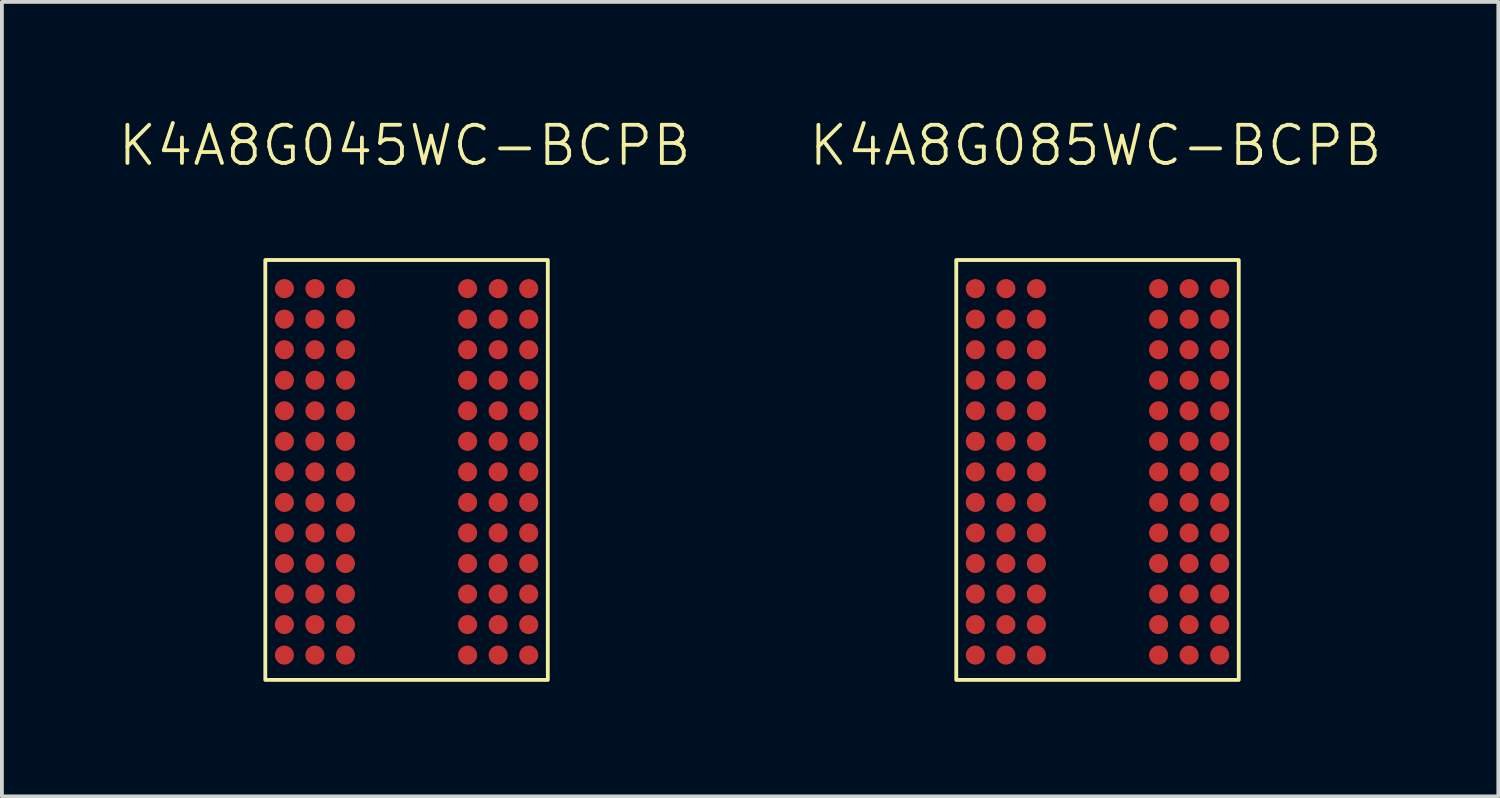
<source format=kicad_pcb>
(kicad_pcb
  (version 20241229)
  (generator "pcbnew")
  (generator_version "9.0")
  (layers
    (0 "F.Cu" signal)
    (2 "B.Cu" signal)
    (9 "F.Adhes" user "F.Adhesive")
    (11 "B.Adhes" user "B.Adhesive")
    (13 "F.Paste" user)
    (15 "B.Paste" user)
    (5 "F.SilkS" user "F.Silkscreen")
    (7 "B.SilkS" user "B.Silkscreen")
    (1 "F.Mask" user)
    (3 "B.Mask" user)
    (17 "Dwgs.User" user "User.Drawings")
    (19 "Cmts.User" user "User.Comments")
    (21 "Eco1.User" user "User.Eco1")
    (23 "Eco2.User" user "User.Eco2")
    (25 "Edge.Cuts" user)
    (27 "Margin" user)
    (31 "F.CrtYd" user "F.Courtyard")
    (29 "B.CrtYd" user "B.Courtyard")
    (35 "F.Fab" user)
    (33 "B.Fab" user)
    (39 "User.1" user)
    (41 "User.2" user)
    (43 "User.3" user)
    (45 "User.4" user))
  (footprint "K4A8G085WC-BCPB"
    (layer "F.Cu")
    (at 25.65 9.261)
    (property "Reference" "K4A8G085WC-BCPB" (at 0 -8.5 0) (unlocked yes) (layer "F.SilkS") (effects (font (size 1 1) (thickness 0.1))))
    (attr smd)
    (fp_rect (start -3.65 -5.5) (end 3.75 5.5) (stroke (width 0.1) (type default)) (fill no) (layer "F.SilkS"))
    (pad "A1" smd circle (at -3.15 -4.75) (size 0.5 0.5) (property pad_prop_bga) (layers "F.Cu" "F.Mask" "F.Paste"))
    (pad "A2" smd circle (at -2.35 -4.75) (size 0.5 0.5) (property pad_prop_bga) (layers "F.Cu" "F.Mask" "F.Paste"))
    (pad "A3" smd circle (at -1.55 -4.75) (size 0.5 0.5) (property pad_prop_bga) (layers "F.Cu" "F.Mask" "F.Paste"))
    (pad "A7" smd circle (at 1.65 -4.75) (size 0.5 0.5) (property pad_prop_bga) (layers "F.Cu" "F.Mask" "F.Paste"))
    (pad "A8" smd circle (at 2.45 -4.75) (size 0.5 0.5) (property pad_prop_bga) (layers "F.Cu" "F.Mask" "F.Paste"))
    (pad "A8" smd circle (at 2.45 -3.95) (size 0.5 0.5) (property pad_prop_bga) (layers "F.Cu" "F.Mask" "F.Paste"))
    (pad "A9" smd circle (at 3.25 -4.75) (size 0.5 0.5) (property pad_prop_bga) (layers "F.Cu" "F.Mask" "F.Paste"))
    (pad "A9" smd circle (at 3.25 -3.95) (size 0.5 0.5) (property pad_prop_bga) (layers "F.Cu" "F.Mask" "F.Paste"))
    (pad "B1" smd circle (at -3.15 -3.95) (size 0.5 0.5) (property pad_prop_bga) (layers "F.Cu" "F.Mask" "F.Paste"))
    (pad "B2" smd circle (at -2.35 -3.95) (size 0.5 0.5) (property pad_prop_bga) (layers "F.Cu" "F.Mask" "F.Paste"))
    (pad "B3" smd circle (at -1.55 -3.95) (size 0.5 0.5) (property pad_prop_bga) (layers "F.Cu" "F.Mask" "F.Paste"))
    (pad "B7" smd circle (at 1.65 -3.95) (size 0.5 0.5) (property pad_prop_bga) (layers "F.Cu" "F.Mask" "F.Paste"))
    (pad "C1" smd circle (at -3.15 -3.15) (size 0.5 0.5) (property pad_prop_bga) (layers "F.Cu" "F.Mask" "F.Paste"))
    (pad "C2" smd circle (at -2.35 -3.15) (size 0.5 0.5) (property pad_prop_bga) (layers "F.Cu" "F.Mask" "F.Paste"))
    (pad "C3" smd circle (at -1.55 -3.15) (size 0.5 0.5) (property pad_prop_bga) (layers "F.Cu" "F.Mask" "F.Paste"))
    (pad "C7" smd circle (at 1.65 -3.15) (size 0.5 0.5) (property pad_prop_bga) (layers "F.Cu" "F.Mask" "F.Paste"))
    (pad "C8" smd circle (at 2.45 -3.15) (size 0.5 0.5) (property pad_prop_bga) (layers "F.Cu" "F.Mask" "F.Paste"))
    (pad "C9" smd circle (at 3.25 -3.15) (size 0.5 0.5) (property pad_prop_bga) (layers "F.Cu" "F.Mask" "F.Paste"))
    (pad "D1" smd circle (at -3.15 -2.35) (size 0.5 0.5) (property pad_prop_bga) (layers "F.Cu" "F.Mask" "F.Paste"))
    (pad "D2" smd circle (at -2.35 -2.35) (size 0.5 0.5) (property pad_prop_bga) (layers "F.Cu" "F.Mask" "F.Paste"))
    (pad "D3" smd circle (at -1.55 -2.35) (size 0.5 0.5) (property pad_prop_bga) (layers "F.Cu" "F.Mask" "F.Paste"))
    (pad "D7" smd circle (at 1.65 -2.35) (size 0.5 0.5) (property pad_prop_bga) (layers "F.Cu" "F.Mask" "F.Paste"))
    (pad "D8" smd circle (at 2.45 -2.35) (size 0.5 0.5) (property pad_prop_bga) (layers "F.Cu" "F.Mask" "F.Paste"))
    (pad "D9" smd circle (at 3.25 -2.35) (size 0.5 0.5) (property pad_prop_bga) (layers "F.Cu" "F.Mask" "F.Paste"))
    (pad "E1" smd circle (at -3.15 -1.55) (size 0.5 0.5) (property pad_prop_bga) (layers "F.Cu" "F.Mask" "F.Paste"))
    (pad "E2" smd circle (at -2.35 -1.55) (size 0.5 0.5) (property pad_prop_bga) (layers "F.Cu" "F.Mask" "F.Paste"))
    (pad "E3" smd circle (at -1.55 -1.55) (size 0.5 0.5) (property pad_prop_bga) (layers "F.Cu" "F.Mask" "F.Paste"))
    (pad "E7" smd circle (at 1.65 -1.55) (size 0.5 0.5) (property pad_prop_bga) (layers "F.Cu" "F.Mask" "F.Paste"))
    (pad "E8" smd circle (at 2.45 -1.55) (size 0.5 0.5) (property pad_prop_bga) (layers "F.Cu" "F.Mask" "F.Paste"))
    (pad "E9" smd circle (at 3.25 -1.55) (size 0.5 0.5) (property pad_prop_bga) (layers "F.Cu" "F.Mask" "F.Paste"))
    (pad "F1" smd circle (at -3.15 -0.75) (size 0.5 0.5) (property pad_prop_bga) (layers "F.Cu" "F.Mask" "F.Paste"))
    (pad "F2" smd circle (at -2.35 -0.75) (size 0.5 0.5) (property pad_prop_bga) (layers "F.Cu" "F.Mask" "F.Paste"))
    (pad "F3" smd circle (at -1.55 -0.75) (size 0.5 0.5) (property pad_prop_bga) (layers "F.Cu" "F.Mask" "F.Paste"))
    (pad "F7" smd circle (at 1.65 -0.75) (size 0.5 0.5) (property pad_prop_bga) (layers "F.Cu" "F.Mask" "F.Paste"))
    (pad "F8" smd circle (at 2.45 -0.75) (size 0.5 0.5) (property pad_prop_bga) (layers "F.Cu" "F.Mask" "F.Paste"))
    (pad "F9" smd circle (at 3.25 -0.75) (size 0.5 0.5) (property pad_prop_bga) (layers "F.Cu" "F.Mask" "F.Paste"))
    (pad "G1" smd circle (at -3.15 0.05) (size 0.5 0.5) (property pad_prop_bga) (layers "F.Cu" "F.Mask" "F.Paste"))
    (pad "G2" smd circle (at -2.35 0.05) (size 0.5 0.5) (property pad_prop_bga) (layers "F.Cu" "F.Mask" "F.Paste"))
    (pad "G3" smd circle (at -1.55 0.05) (size 0.5 0.5) (property pad_prop_bga) (layers "F.Cu" "F.Mask" "F.Paste"))
    (pad "G7" smd circle (at 1.65 0.05) (size 0.5 0.5) (property pad_prop_bga) (layers "F.Cu" "F.Mask" "F.Paste"))
    (pad "G8" smd circle (at 2.45 0.05) (size 0.5 0.5) (property pad_prop_bga) (layers "F.Cu" "F.Mask" "F.Paste"))
    (pad "G9" smd circle (at 3.25 0.05) (size 0.5 0.5) (property pad_prop_bga) (layers "F.Cu" "F.Mask" "F.Paste"))
    (pad "H1" smd circle (at -3.15 0.85) (size 0.5 0.5) (property pad_prop_bga) (layers "F.Cu" "F.Mask" "F.Paste"))
    (pad "H2" smd circle (at -2.35 0.85) (size 0.5 0.5) (property pad_prop_bga) (layers "F.Cu" "F.Mask" "F.Paste"))
    (pad "H3" smd circle (at -1.55 0.85) (size 0.5 0.5) (property pad_prop_bga) (layers "F.Cu" "F.Mask" "F.Paste"))
    (pad "H7" smd circle (at 1.65 0.85) (size 0.5 0.5) (property pad_prop_bga) (layers "F.Cu" "F.Mask" "F.Paste"))
    (pad "H8" smd circle (at 2.45 0.85) (size 0.5 0.5) (property pad_prop_bga) (layers "F.Cu" "F.Mask" "F.Paste"))
    (pad "H9" smd circle (at 3.25 0.85) (size 0.5 0.5) (property pad_prop_bga) (layers "F.Cu" "F.Mask" "F.Paste"))
    (pad "J1" smd circle (at -3.15 1.65) (size 0.5 0.5) (property pad_prop_bga) (layers "F.Cu" "F.Mask" "F.Paste"))
    (pad "J2" smd circle (at -2.35 1.65) (size 0.5 0.5) (property pad_prop_bga) (layers "F.Cu" "F.Mask" "F.Paste"))
    (pad "J3" smd circle (at -1.55 1.65) (size 0.5 0.5) (property pad_prop_bga) (layers "F.Cu" "F.Mask" "F.Paste"))
    (pad "J7" smd circle (at 1.65 1.65) (size 0.5 0.5) (property pad_prop_bga) (layers "F.Cu" "F.Mask" "F.Paste"))
    (pad "J8" smd circle (at 2.45 1.65) (size 0.5 0.5) (property pad_prop_bga) (layers "F.Cu" "F.Mask" "F.Paste"))
    (pad "J9" smd circle (at 3.25 1.65) (size 0.5 0.5) (property pad_prop_bga) (layers "F.Cu" "F.Mask" "F.Paste"))
    (pad "K1" smd circle (at -3.15 2.45) (size 0.5 0.5) (property pad_prop_bga) (layers "F.Cu" "F.Mask" "F.Paste"))
    (pad "K2" smd circle (at -2.35 2.45) (size 0.5 0.5) (property pad_prop_bga) (layers "F.Cu" "F.Mask" "F.Paste"))
    (pad "K3" smd circle (at -1.55 2.45) (size 0.5 0.5) (property pad_prop_bga) (layers "F.Cu" "F.Mask" "F.Paste"))
    (pad "K7" smd circle (at 1.65 2.45) (size 0.5 0.5) (property pad_prop_bga) (layers "F.Cu" "F.Mask" "F.Paste"))
    (pad "K8" smd circle (at 2.45 2.45) (size 0.5 0.5) (property pad_prop_bga) (layers "F.Cu" "F.Mask" "F.Paste"))
    (pad "K9" smd circle (at 3.25 2.45) (size 0.5 0.5) (property pad_prop_bga) (layers "F.Cu" "F.Mask" "F.Paste"))
    (pad "L1" smd circle (at -3.15 3.25) (size 0.5 0.5) (property pad_prop_bga) (layers "F.Cu" "F.Mask" "F.Paste"))
    (pad "L2" smd circle (at -2.35 3.25) (size 0.5 0.5) (property pad_prop_bga) (layers "F.Cu" "F.Mask" "F.Paste"))
    (pad "L3" smd circle (at -1.55 3.25) (size 0.5 0.5) (property pad_prop_bga) (layers "F.Cu" "F.Mask" "F.Paste"))
    (pad "L7" smd circle (at 1.65 3.25) (size 0.5 0.5) (property pad_prop_bga) (layers "F.Cu" "F.Mask" "F.Paste"))
    (pad "L8" smd circle (at 2.45 3.25) (size 0.5 0.5) (property pad_prop_bga) (layers "F.Cu" "F.Mask" "F.Paste"))
    (pad "L9" smd circle (at 3.25 3.25) (size 0.5 0.5) (property pad_prop_bga) (layers "F.Cu" "F.Mask" "F.Paste"))
    (pad "M1" smd circle (at -3.15 4.05) (size 0.5 0.5) (property pad_prop_bga) (layers "F.Cu" "F.Mask" "F.Paste"))
    (pad "M2" smd circle (at -2.35 4.05) (size 0.5 0.5) (property pad_prop_bga) (layers "F.Cu" "F.Mask" "F.Paste"))
    (pad "M3" smd circle (at -1.55 4.05) (size 0.5 0.5) (property pad_prop_bga) (layers "F.Cu" "F.Mask" "F.Paste"))
    (pad "M7" smd circle (at 1.65 4.05) (size 0.5 0.5) (property pad_prop_bga) (layers "F.Cu" "F.Mask" "F.Paste"))
    (pad "M8" smd circle (at 2.45 4.05) (size 0.5 0.5) (property pad_prop_bga) (layers "F.Cu" "F.Mask" "F.Paste"))
    (pad "M9" smd circle (at 3.25 4.05) (size 0.5 0.5) (property pad_prop_bga) (layers "F.Cu" "F.Mask" "F.Paste"))
    (pad "N1" smd circle (at -3.15 4.85) (size 0.5 0.5) (property pad_prop_bga) (layers "F.Cu" "F.Mask" "F.Paste"))
    (pad "N2" smd circle (at -2.35 4.85) (size 0.5 0.5) (property pad_prop_bga) (layers "F.Cu" "F.Mask" "F.Paste"))
    (pad "N3" smd circle (at -1.55 4.85) (size 0.5 0.5) (property pad_prop_bga) (layers "F.Cu" "F.Mask" "F.Paste"))
    (pad "N7" smd circle (at 1.65 4.85) (size 0.5 0.5) (property pad_prop_bga) (layers "F.Cu" "F.Mask" "F.Paste"))
    (pad "N8" smd circle (at 2.45 4.85) (size 0.5 0.5) (property pad_prop_bga) (layers "F.Cu" "F.Mask" "F.Paste"))
    (pad "N9" smd circle (at 3.25 4.85) (size 0.5 0.5) (property pad_prop_bga) (layers "F.Cu" "F.Mask" "F.Paste")))
  (footprint "K4A8G045WC-BCPB"
    (layer "F.Cu")
    (at 7.55 9.261)
    (property "Reference" "K4A8G045WC-BCPB" (at 0 -8.5 0) (unlocked yes) (layer "F.SilkS") (effects (font (size 1 1) (thickness 0.1))))
    (attr smd)
    (fp_rect (start -3.65 -5.5) (end 3.75 5.5) (stroke (width 0.1) (type default)) (fill no) (layer "F.SilkS"))
    (pad "A1" smd circle (at -3.15 -4.75) (size 0.5 0.5) (property pad_prop_bga) (layers "F.Cu" "F.Mask" "F.Paste"))
    (pad "A2" smd circle (at -2.35 -4.75) (size 0.5 0.5) (property pad_prop_bga) (layers "F.Cu" "F.Mask" "F.Paste"))
    (pad "A3" smd circle (at -1.55 -4.75) (size 0.5 0.5) (property pad_prop_bga) (layers "F.Cu" "F.Mask" "F.Paste"))
    (pad "A7" smd circle (at 1.65 -4.75) (size 0.5 0.5) (property pad_prop_bga) (layers "F.Cu" "F.Mask" "F.Paste"))
    (pad "A8" smd circle (at 2.45 -4.75) (size 0.5 0.5) (property pad_prop_bga) (layers "F.Cu" "F.Mask" "F.Paste"))
    (pad "A8" smd circle (at 2.45 -3.95) (size 0.5 0.5) (property pad_prop_bga) (layers "F.Cu" "F.Mask" "F.Paste"))
    (pad "A9" smd circle (at 3.25 -4.75) (size 0.5 0.5) (property pad_prop_bga) (layers "F.Cu" "F.Mask" "F.Paste"))
    (pad "A9" smd circle (at 3.25 -3.95) (size 0.5 0.5) (property pad_prop_bga) (layers "F.Cu" "F.Mask" "F.Paste"))
    (pad "B1" smd circle (at -3.15 -3.95) (size 0.5 0.5) (property pad_prop_bga) (layers "F.Cu" "F.Mask" "F.Paste"))
    (pad "B2" smd circle (at -2.35 -3.95) (size 0.5 0.5) (property pad_prop_bga) (layers "F.Cu" "F.Mask" "F.Paste"))
    (pad "B3" smd circle (at -1.55 -3.95) (size 0.5 0.5) (property pad_prop_bga) (layers "F.Cu" "F.Mask" "F.Paste"))
    (pad "B7" smd circle (at 1.65 -3.95) (size 0.5 0.5) (property pad_prop_bga) (layers "F.Cu" "F.Mask" "F.Paste"))
    (pad "C1" smd circle (at -3.15 -3.15) (size 0.5 0.5) (property pad_prop_bga) (layers "F.Cu" "F.Mask" "F.Paste"))
    (pad "C2" smd circle (at -2.35 -3.15) (size 0.5 0.5) (property pad_prop_bga) (layers "F.Cu" "F.Mask" "F.Paste"))
    (pad "C3" smd circle (at -1.55 -3.15) (size 0.5 0.5) (property pad_prop_bga) (layers "F.Cu" "F.Mask" "F.Paste"))
    (pad "C7" smd circle (at 1.65 -3.15) (size 0.5 0.5) (property pad_prop_bga) (layers "F.Cu" "F.Mask" "F.Paste"))
    (pad "C8" smd circle (at 2.45 -3.15) (size 0.5 0.5) (property pad_prop_bga) (layers "F.Cu" "F.Mask" "F.Paste"))
    (pad "C9" smd circle (at 3.25 -3.15) (size 0.5 0.5) (property pad_prop_bga) (layers "F.Cu" "F.Mask" "F.Paste"))
    (pad "D1" smd circle (at -3.15 -2.35) (size 0.5 0.5) (property pad_prop_bga) (layers "F.Cu" "F.Mask" "F.Paste"))
    (pad "D2" smd circle (at -2.35 -2.35) (size 0.5 0.5) (property pad_prop_bga) (layers "F.Cu" "F.Mask" "F.Paste"))
    (pad "D3" smd circle (at -1.55 -2.35) (size 0.5 0.5) (property pad_prop_bga) (layers "F.Cu" "F.Mask" "F.Paste"))
    (pad "D7" smd circle (at 1.65 -2.35) (size 0.5 0.5) (property pad_prop_bga) (layers "F.Cu" "F.Mask" "F.Paste"))
    (pad "D8" smd circle (at 2.45 -2.35) (size 0.5 0.5) (property pad_prop_bga) (layers "F.Cu" "F.Mask" "F.Paste"))
    (pad "D9" smd circle (at 3.25 -2.35) (size 0.5 0.5) (property pad_prop_bga) (layers "F.Cu" "F.Mask" "F.Paste"))
    (pad "E1" smd circle (at -3.15 -1.55) (size 0.5 0.5) (property pad_prop_bga) (layers "F.Cu" "F.Mask" "F.Paste"))
    (pad "E2" smd circle (at -2.35 -1.55) (size 0.5 0.5) (property pad_prop_bga) (layers "F.Cu" "F.Mask" "F.Paste"))
    (pad "E3" smd circle (at -1.55 -1.55) (size 0.5 0.5) (property pad_prop_bga) (layers "F.Cu" "F.Mask" "F.Paste"))
    (pad "E7" smd circle (at 1.65 -1.55) (size 0.5 0.5) (property pad_prop_bga) (layers "F.Cu" "F.Mask" "F.Paste"))
    (pad "E8" smd circle (at 2.45 -1.55) (size 0.5 0.5) (property pad_prop_bga) (layers "F.Cu" "F.Mask" "F.Paste"))
    (pad "E9" smd circle (at 3.25 -1.55) (size 0.5 0.5) (property pad_prop_bga) (layers "F.Cu" "F.Mask" "F.Paste"))
    (pad "F1" smd circle (at -3.15 -0.75) (size 0.5 0.5) (property pad_prop_bga) (layers "F.Cu" "F.Mask" "F.Paste"))
    (pad "F2" smd circle (at -2.35 -0.75) (size 0.5 0.5) (property pad_prop_bga) (layers "F.Cu" "F.Mask" "F.Paste"))
    (pad "F3" smd circle (at -1.55 -0.75) (size 0.5 0.5) (property pad_prop_bga) (layers "F.Cu" "F.Mask" "F.Paste"))
    (pad "F7" smd circle (at 1.65 -0.75) (size 0.5 0.5) (property pad_prop_bga) (layers "F.Cu" "F.Mask" "F.Paste"))
    (pad "F8" smd circle (at 2.45 -0.75) (size 0.5 0.5) (property pad_prop_bga) (layers "F.Cu" "F.Mask" "F.Paste"))
    (pad "F9" smd circle (at 3.25 -0.75) (size 0.5 0.5) (property pad_prop_bga) (layers "F.Cu" "F.Mask" "F.Paste"))
    (pad "G1" smd circle (at -3.15 0.05) (size 0.5 0.5) (property pad_prop_bga) (layers "F.Cu" "F.Mask" "F.Paste"))
    (pad "G2" smd circle (at -2.35 0.05) (size 0.5 0.5) (property pad_prop_bga) (layers "F.Cu" "F.Mask" "F.Paste"))
    (pad "G3" smd circle (at -1.55 0.05) (size 0.5 0.5) (property pad_prop_bga) (layers "F.Cu" "F.Mask" "F.Paste"))
    (pad "G7" smd circle (at 1.65 0.05) (size 0.5 0.5) (property pad_prop_bga) (layers "F.Cu" "F.Mask" "F.Paste"))
    (pad "G8" smd circle (at 2.45 0.05) (size 0.5 0.5) (property pad_prop_bga) (layers "F.Cu" "F.Mask" "F.Paste"))
    (pad "G9" smd circle (at 3.25 0.05) (size 0.5 0.5) (property pad_prop_bga) (layers "F.Cu" "F.Mask" "F.Paste"))
    (pad "H1" smd circle (at -3.15 0.85) (size 0.5 0.5) (property pad_prop_bga) (layers "F.Cu" "F.Mask" "F.Paste"))
    (pad "H2" smd circle (at -2.35 0.85) (size 0.5 0.5) (property pad_prop_bga) (layers "F.Cu" "F.Mask" "F.Paste"))
    (pad "H3" smd circle (at -1.55 0.85) (size 0.5 0.5) (property pad_prop_bga) (layers "F.Cu" "F.Mask" "F.Paste"))
    (pad "H7" smd circle (at 1.65 0.85) (size 0.5 0.5) (property pad_prop_bga) (layers "F.Cu" "F.Mask" "F.Paste"))
    (pad "H8" smd circle (at 2.45 0.85) (size 0.5 0.5) (property pad_prop_bga) (layers "F.Cu" "F.Mask" "F.Paste"))
    (pad "H9" smd circle (at 3.25 0.85) (size 0.5 0.5) (property pad_prop_bga) (layers "F.Cu" "F.Mask" "F.Paste"))
    (pad "J1" smd circle (at -3.15 1.65) (size 0.5 0.5) (property pad_prop_bga) (layers "F.Cu" "F.Mask" "F.Paste"))
    (pad "J2" smd circle (at -2.35 1.65) (size 0.5 0.5) (property pad_prop_bga) (layers "F.Cu" "F.Mask" "F.Paste"))
    (pad "J3" smd circle (at -1.55 1.65) (size 0.5 0.5) (property pad_prop_bga) (layers "F.Cu" "F.Mask" "F.Paste"))
    (pad "J7" smd circle (at 1.65 1.65) (size 0.5 0.5) (property pad_prop_bga) (layers "F.Cu" "F.Mask" "F.Paste"))
    (pad "J8" smd circle (at 2.45 1.65) (size 0.5 0.5) (property pad_prop_bga) (layers "F.Cu" "F.Mask" "F.Paste"))
    (pad "J9" smd circle (at 3.25 1.65) (size 0.5 0.5) (property pad_prop_bga) (layers "F.Cu" "F.Mask" "F.Paste"))
    (pad "K1" smd circle (at -3.15 2.45) (size 0.5 0.5) (property pad_prop_bga) (layers "F.Cu" "F.Mask" "F.Paste"))
    (pad "K2" smd circle (at -2.35 2.45) (size 0.5 0.5) (property pad_prop_bga) (layers "F.Cu" "F.Mask" "F.Paste"))
    (pad "K3" smd circle (at -1.55 2.45) (size 0.5 0.5) (property pad_prop_bga) (layers "F.Cu" "F.Mask" "F.Paste"))
    (pad "K7" smd circle (at 1.65 2.45) (size 0.5 0.5) (property pad_prop_bga) (layers "F.Cu" "F.Mask" "F.Paste"))
    (pad "K8" smd circle (at 2.45 2.45) (size 0.5 0.5) (property pad_prop_bga) (layers "F.Cu" "F.Mask" "F.Paste"))
    (pad "K9" smd circle (at 3.25 2.45) (size 0.5 0.5) (property pad_prop_bga) (layers "F.Cu" "F.Mask" "F.Paste"))
    (pad "L1" smd circle (at -3.15 3.25) (size 0.5 0.5) (property pad_prop_bga) (layers "F.Cu" "F.Mask" "F.Paste"))
    (pad "L2" smd circle (at -2.35 3.25) (size 0.5 0.5) (property pad_prop_bga) (layers "F.Cu" "F.Mask" "F.Paste"))
    (pad "L3" smd circle (at -1.55 3.25) (size 0.5 0.5) (property pad_prop_bga) (layers "F.Cu" "F.Mask" "F.Paste"))
    (pad "L7" smd circle (at 1.65 3.25) (size 0.5 0.5) (property pad_prop_bga) (layers "F.Cu" "F.Mask" "F.Paste"))
    (pad "L8" smd circle (at 2.45 3.25) (size 0.5 0.5) (property pad_prop_bga) (layers "F.Cu" "F.Mask" "F.Paste"))
    (pad "L9" smd circle (at 3.25 3.25) (size 0.5 0.5) (property pad_prop_bga) (layers "F.Cu" "F.Mask" "F.Paste"))
    (pad "M1" smd circle (at -3.15 4.05) (size 0.5 0.5) (property pad_prop_bga) (layers "F.Cu" "F.Mask" "F.Paste"))
    (pad "M2" smd circle (at -2.35 4.05) (size 0.5 0.5) (property pad_prop_bga) (layers "F.Cu" "F.Mask" "F.Paste"))
    (pad "M3" smd circle (at -1.55 4.05) (size 0.5 0.5) (property pad_prop_bga) (layers "F.Cu" "F.Mask" "F.Paste"))
    (pad "M7" smd circle (at 1.65 4.05) (size 0.5 0.5) (property pad_prop_bga) (layers "F.Cu" "F.Mask" "F.Paste"))
    (pad "M8" smd circle (at 2.45 4.05) (size 0.5 0.5) (property pad_prop_bga) (layers "F.Cu" "F.Mask" "F.Paste"))
    (pad "M9" smd circle (at 3.25 4.05) (size 0.5 0.5) (property pad_prop_bga) (layers "F.Cu" "F.Mask" "F.Paste"))
    (pad "N1" smd circle (at -3.15 4.85) (size 0.5 0.5) (property pad_prop_bga) (layers "F.Cu" "F.Mask" "F.Paste"))
    (pad "N2" smd circle (at -2.35 4.85) (size 0.5 0.5) (property pad_prop_bga) (layers "F.Cu" "F.Mask" "F.Paste"))
    (pad "N3" smd circle (at -1.55 4.85) (size 0.5 0.5) (property pad_prop_bga) (layers "F.Cu" "F.Mask" "F.Paste"))
    (pad "N7" smd circle (at 1.65 4.85) (size 0.5 0.5) (property pad_prop_bga) (layers "F.Cu" "F.Mask" "F.Paste"))
    (pad "N8" smd circle (at 2.45 4.85) (size 0.5 0.5) (property pad_prop_bga) (layers "F.Cu" "F.Mask" "F.Paste"))
    (pad "N9" smd circle (at 3.25 4.85) (size 0.5 0.5) (property pad_prop_bga) (layers "F.Cu" "F.Mask" "F.Paste")))
  (gr_rect
    (start -3 -3)
    (end 36.2 17.811)
    (stroke (width 0.1) (type default))
    (fill no)
    (layer "Edge.Cuts")))
</source>
